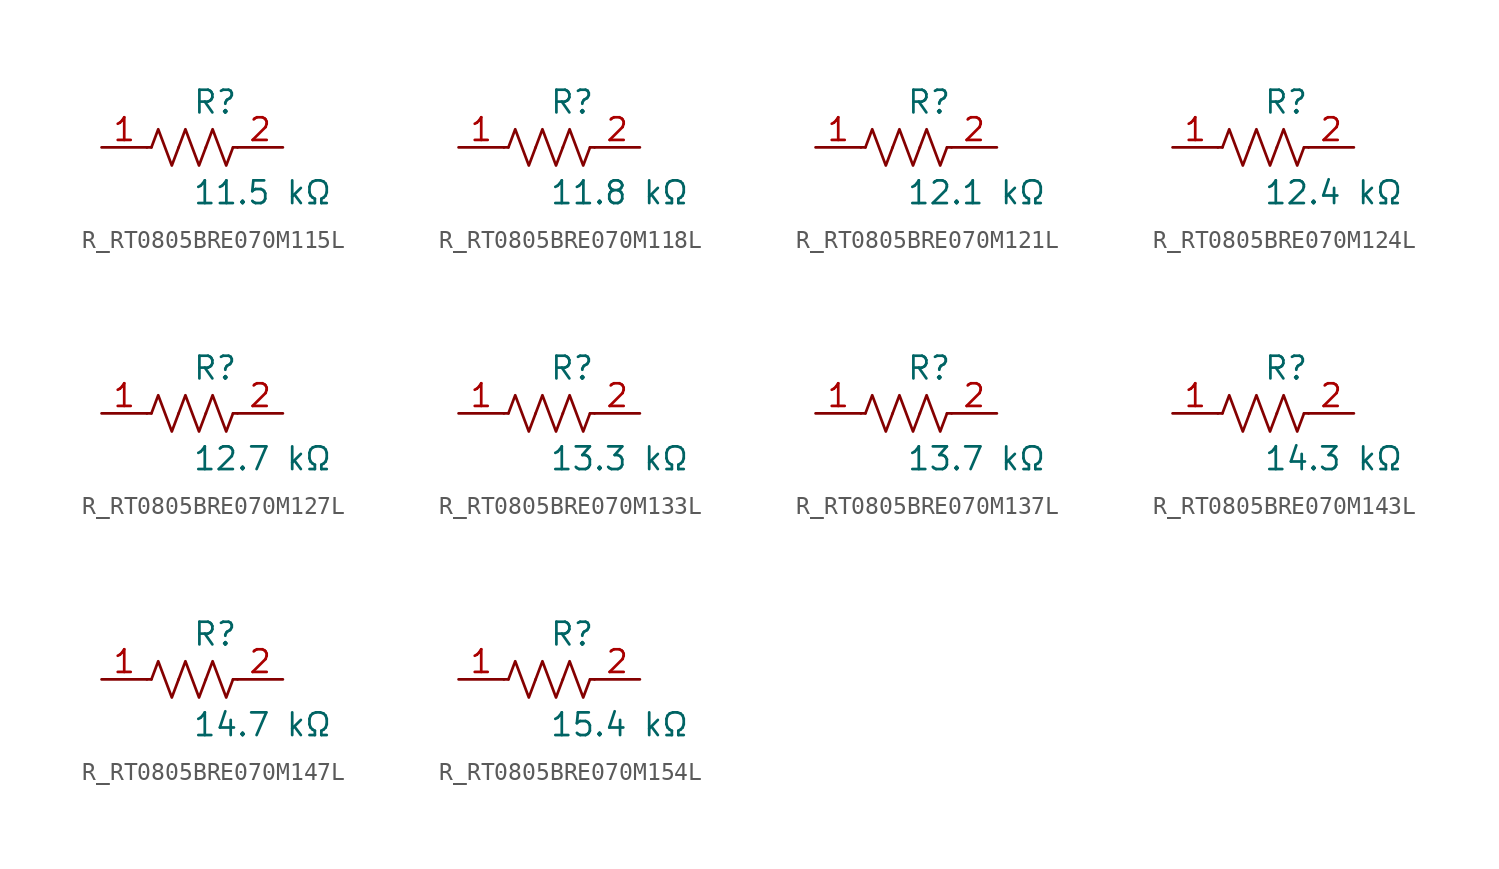
<source format=kicad_sym>
(kicad_symbol_lib
  (version 20231120)
  (generator kicad_symbol_editor)
  (generator_version 8.0)
  (symbol "R_RT0805BRE070M115L"
    (pin_names
      (offset 0.254))
    (property "Reference" "R"
      (at 0.0 2.54 0)
      (effects (font (size 1.27 1.27)) (justify left)))
    (property "Value" "11.5 kΩ"
      (at 0.0 -2.54 0)
      (effects (font (size 1.27 1.27)) (justify left)))
    (symbol "R_RT0805BRE070M115L_0_1"
      (polyline (pts (xy 2.286 0) (xy 2.54 0)) (stroke (width 0) (type default)) (fill (type none)))
      (polyline (pts (xy -2.286 0) (xy -2.54 0)) (stroke (width 0) (type default)) (fill (type none)))
      (polyline (pts (xy 0.762 0) (xy 1.143 1.016) (xy 1.524 0) (xy 1.905 -1.016) (xy 2.286 0)) (stroke (width 0) (type default)) (fill (type none)))
      (polyline (pts (xy -0.762 0) (xy -0.381 1.016) (xy 0 0) (xy 0.381 -1.016) (xy 0.762 0)) (stroke (width 0) (type default)) (fill (type none)))
      (polyline (pts (xy -2.286 0) (xy -1.905 1.016) (xy -1.524 0) (xy -1.143 -1.016) (xy -0.762 0)) (stroke (width 0) (type default)) (fill (type none))))
    (pin unspecified line
      (at -5.08 0 0)
      (length 2.54)
      (name "" (effects (font (size 1.27 1.27))))
      (number "1" (effects (font (size 1.27 1.27)))))
    (pin unspecified line
      (at 5.08 0 180)
      (length 2.54)
      (name "" (effects (font (size 1.27 1.27))))
      (number "2" (effects (font (size 1.27 1.27))))))
  (symbol "R_RT0805BRE070M118L"
    (pin_names
      (offset 0.254))
    (property "Reference" "R"
      (at 0.0 2.54 0)
      (effects (font (size 1.27 1.27)) (justify left)))
    (property "Value" "11.8 kΩ"
      (at 0.0 -2.54 0)
      (effects (font (size 1.27 1.27)) (justify left)))
    (symbol "R_RT0805BRE070M118L_0_1"
      (polyline (pts (xy 2.286 0) (xy 2.54 0)) (stroke (width 0) (type default)) (fill (type none)))
      (polyline (pts (xy -2.286 0) (xy -2.54 0)) (stroke (width 0) (type default)) (fill (type none)))
      (polyline (pts (xy 0.762 0) (xy 1.143 1.016) (xy 1.524 0) (xy 1.905 -1.016) (xy 2.286 0)) (stroke (width 0) (type default)) (fill (type none)))
      (polyline (pts (xy -0.762 0) (xy -0.381 1.016) (xy 0 0) (xy 0.381 -1.016) (xy 0.762 0)) (stroke (width 0) (type default)) (fill (type none)))
      (polyline (pts (xy -2.286 0) (xy -1.905 1.016) (xy -1.524 0) (xy -1.143 -1.016) (xy -0.762 0)) (stroke (width 0) (type default)) (fill (type none))))
    (pin unspecified line
      (at -5.08 0 0)
      (length 2.54)
      (name "" (effects (font (size 1.27 1.27))))
      (number "1" (effects (font (size 1.27 1.27)))))
    (pin unspecified line
      (at 5.08 0 180)
      (length 2.54)
      (name "" (effects (font (size 1.27 1.27))))
      (number "2" (effects (font (size 1.27 1.27))))))
  (symbol "R_RT0805BRE070M121L"
    (pin_names
      (offset 0.254))
    (property "Reference" "R"
      (at 0.0 2.54 0)
      (effects (font (size 1.27 1.27)) (justify left)))
    (property "Value" "12.1 kΩ"
      (at 0.0 -2.54 0)
      (effects (font (size 1.27 1.27)) (justify left)))
    (symbol "R_RT0805BRE070M121L_0_1"
      (polyline (pts (xy 2.286 0) (xy 2.54 0)) (stroke (width 0) (type default)) (fill (type none)))
      (polyline (pts (xy -2.286 0) (xy -2.54 0)) (stroke (width 0) (type default)) (fill (type none)))
      (polyline (pts (xy 0.762 0) (xy 1.143 1.016) (xy 1.524 0) (xy 1.905 -1.016) (xy 2.286 0)) (stroke (width 0) (type default)) (fill (type none)))
      (polyline (pts (xy -0.762 0) (xy -0.381 1.016) (xy 0 0) (xy 0.381 -1.016) (xy 0.762 0)) (stroke (width 0) (type default)) (fill (type none)))
      (polyline (pts (xy -2.286 0) (xy -1.905 1.016) (xy -1.524 0) (xy -1.143 -1.016) (xy -0.762 0)) (stroke (width 0) (type default)) (fill (type none))))
    (pin unspecified line
      (at -5.08 0 0)
      (length 2.54)
      (name "" (effects (font (size 1.27 1.27))))
      (number "1" (effects (font (size 1.27 1.27)))))
    (pin unspecified line
      (at 5.08 0 180)
      (length 2.54)
      (name "" (effects (font (size 1.27 1.27))))
      (number "2" (effects (font (size 1.27 1.27))))))
  (symbol "R_RT0805BRE070M124L"
    (pin_names
      (offset 0.254))
    (property "Reference" "R"
      (at 0.0 2.54 0)
      (effects (font (size 1.27 1.27)) (justify left)))
    (property "Value" "12.4 kΩ"
      (at 0.0 -2.54 0)
      (effects (font (size 1.27 1.27)) (justify left)))
    (symbol "R_RT0805BRE070M124L_0_1"
      (polyline (pts (xy 2.286 0) (xy 2.54 0)) (stroke (width 0) (type default)) (fill (type none)))
      (polyline (pts (xy -2.286 0) (xy -2.54 0)) (stroke (width 0) (type default)) (fill (type none)))
      (polyline (pts (xy 0.762 0) (xy 1.143 1.016) (xy 1.524 0) (xy 1.905 -1.016) (xy 2.286 0)) (stroke (width 0) (type default)) (fill (type none)))
      (polyline (pts (xy -0.762 0) (xy -0.381 1.016) (xy 0 0) (xy 0.381 -1.016) (xy 0.762 0)) (stroke (width 0) (type default)) (fill (type none)))
      (polyline (pts (xy -2.286 0) (xy -1.905 1.016) (xy -1.524 0) (xy -1.143 -1.016) (xy -0.762 0)) (stroke (width 0) (type default)) (fill (type none))))
    (pin unspecified line
      (at -5.08 0 0)
      (length 2.54)
      (name "" (effects (font (size 1.27 1.27))))
      (number "1" (effects (font (size 1.27 1.27)))))
    (pin unspecified line
      (at 5.08 0 180)
      (length 2.54)
      (name "" (effects (font (size 1.27 1.27))))
      (number "2" (effects (font (size 1.27 1.27))))))
  (symbol "R_RT0805BRE070M127L"
    (pin_names
      (offset 0.254))
    (property "Reference" "R"
      (at 0.0 2.54 0)
      (effects (font (size 1.27 1.27)) (justify left)))
    (property "Value" "12.7 kΩ"
      (at 0.0 -2.54 0)
      (effects (font (size 1.27 1.27)) (justify left)))
    (symbol "R_RT0805BRE070M127L_0_1"
      (polyline (pts (xy 2.286 0) (xy 2.54 0)) (stroke (width 0) (type default)) (fill (type none)))
      (polyline (pts (xy -2.286 0) (xy -2.54 0)) (stroke (width 0) (type default)) (fill (type none)))
      (polyline (pts (xy 0.762 0) (xy 1.143 1.016) (xy 1.524 0) (xy 1.905 -1.016) (xy 2.286 0)) (stroke (width 0) (type default)) (fill (type none)))
      (polyline (pts (xy -0.762 0) (xy -0.381 1.016) (xy 0 0) (xy 0.381 -1.016) (xy 0.762 0)) (stroke (width 0) (type default)) (fill (type none)))
      (polyline (pts (xy -2.286 0) (xy -1.905 1.016) (xy -1.524 0) (xy -1.143 -1.016) (xy -0.762 0)) (stroke (width 0) (type default)) (fill (type none))))
    (pin unspecified line
      (at -5.08 0 0)
      (length 2.54)
      (name "" (effects (font (size 1.27 1.27))))
      (number "1" (effects (font (size 1.27 1.27)))))
    (pin unspecified line
      (at 5.08 0 180)
      (length 2.54)
      (name "" (effects (font (size 1.27 1.27))))
      (number "2" (effects (font (size 1.27 1.27))))))
  (symbol "R_RT0805BRE070M133L"
    (pin_names
      (offset 0.254))
    (property "Reference" "R"
      (at 0.0 2.54 0)
      (effects (font (size 1.27 1.27)) (justify left)))
    (property "Value" "13.3 kΩ"
      (at 0.0 -2.54 0)
      (effects (font (size 1.27 1.27)) (justify left)))
    (symbol "R_RT0805BRE070M133L_0_1"
      (polyline (pts (xy 2.286 0) (xy 2.54 0)) (stroke (width 0) (type default)) (fill (type none)))
      (polyline (pts (xy -2.286 0) (xy -2.54 0)) (stroke (width 0) (type default)) (fill (type none)))
      (polyline (pts (xy 0.762 0) (xy 1.143 1.016) (xy 1.524 0) (xy 1.905 -1.016) (xy 2.286 0)) (stroke (width 0) (type default)) (fill (type none)))
      (polyline (pts (xy -0.762 0) (xy -0.381 1.016) (xy 0 0) (xy 0.381 -1.016) (xy 0.762 0)) (stroke (width 0) (type default)) (fill (type none)))
      (polyline (pts (xy -2.286 0) (xy -1.905 1.016) (xy -1.524 0) (xy -1.143 -1.016) (xy -0.762 0)) (stroke (width 0) (type default)) (fill (type none))))
    (pin unspecified line
      (at -5.08 0 0)
      (length 2.54)
      (name "" (effects (font (size 1.27 1.27))))
      (number "1" (effects (font (size 1.27 1.27)))))
    (pin unspecified line
      (at 5.08 0 180)
      (length 2.54)
      (name "" (effects (font (size 1.27 1.27))))
      (number "2" (effects (font (size 1.27 1.27))))))
  (symbol "R_RT0805BRE070M137L"
    (pin_names
      (offset 0.254))
    (property "Reference" "R"
      (at 0.0 2.54 0)
      (effects (font (size 1.27 1.27)) (justify left)))
    (property "Value" "13.7 kΩ"
      (at 0.0 -2.54 0)
      (effects (font (size 1.27 1.27)) (justify left)))
    (symbol "R_RT0805BRE070M137L_0_1"
      (polyline (pts (xy 2.286 0) (xy 2.54 0)) (stroke (width 0) (type default)) (fill (type none)))
      (polyline (pts (xy -2.286 0) (xy -2.54 0)) (stroke (width 0) (type default)) (fill (type none)))
      (polyline (pts (xy 0.762 0) (xy 1.143 1.016) (xy 1.524 0) (xy 1.905 -1.016) (xy 2.286 0)) (stroke (width 0) (type default)) (fill (type none)))
      (polyline (pts (xy -0.762 0) (xy -0.381 1.016) (xy 0 0) (xy 0.381 -1.016) (xy 0.762 0)) (stroke (width 0) (type default)) (fill (type none)))
      (polyline (pts (xy -2.286 0) (xy -1.905 1.016) (xy -1.524 0) (xy -1.143 -1.016) (xy -0.762 0)) (stroke (width 0) (type default)) (fill (type none))))
    (pin unspecified line
      (at -5.08 0 0)
      (length 2.54)
      (name "" (effects (font (size 1.27 1.27))))
      (number "1" (effects (font (size 1.27 1.27)))))
    (pin unspecified line
      (at 5.08 0 180)
      (length 2.54)
      (name "" (effects (font (size 1.27 1.27))))
      (number "2" (effects (font (size 1.27 1.27))))))
  (symbol "R_RT0805BRE070M143L"
    (pin_names
      (offset 0.254))
    (property "Reference" "R"
      (at 0.0 2.54 0)
      (effects (font (size 1.27 1.27)) (justify left)))
    (property "Value" "14.3 kΩ"
      (at 0.0 -2.54 0)
      (effects (font (size 1.27 1.27)) (justify left)))
    (symbol "R_RT0805BRE070M143L_0_1"
      (polyline (pts (xy 2.286 0) (xy 2.54 0)) (stroke (width 0) (type default)) (fill (type none)))
      (polyline (pts (xy -2.286 0) (xy -2.54 0)) (stroke (width 0) (type default)) (fill (type none)))
      (polyline (pts (xy 0.762 0) (xy 1.143 1.016) (xy 1.524 0) (xy 1.905 -1.016) (xy 2.286 0)) (stroke (width 0) (type default)) (fill (type none)))
      (polyline (pts (xy -0.762 0) (xy -0.381 1.016) (xy 0 0) (xy 0.381 -1.016) (xy 0.762 0)) (stroke (width 0) (type default)) (fill (type none)))
      (polyline (pts (xy -2.286 0) (xy -1.905 1.016) (xy -1.524 0) (xy -1.143 -1.016) (xy -0.762 0)) (stroke (width 0) (type default)) (fill (type none))))
    (pin unspecified line
      (at -5.08 0 0)
      (length 2.54)
      (name "" (effects (font (size 1.27 1.27))))
      (number "1" (effects (font (size 1.27 1.27)))))
    (pin unspecified line
      (at 5.08 0 180)
      (length 2.54)
      (name "" (effects (font (size 1.27 1.27))))
      (number "2" (effects (font (size 1.27 1.27))))))
  (symbol "R_RT0805BRE070M147L"
    (pin_names
      (offset 0.254))
    (property "Reference" "R"
      (at 0.0 2.54 0)
      (effects (font (size 1.27 1.27)) (justify left)))
    (property "Value" "14.7 kΩ"
      (at 0.0 -2.54 0)
      (effects (font (size 1.27 1.27)) (justify left)))
    (symbol "R_RT0805BRE070M147L_0_1"
      (polyline (pts (xy 2.286 0) (xy 2.54 0)) (stroke (width 0) (type default)) (fill (type none)))
      (polyline (pts (xy -2.286 0) (xy -2.54 0)) (stroke (width 0) (type default)) (fill (type none)))
      (polyline (pts (xy 0.762 0) (xy 1.143 1.016) (xy 1.524 0) (xy 1.905 -1.016) (xy 2.286 0)) (stroke (width 0) (type default)) (fill (type none)))
      (polyline (pts (xy -0.762 0) (xy -0.381 1.016) (xy 0 0) (xy 0.381 -1.016) (xy 0.762 0)) (stroke (width 0) (type default)) (fill (type none)))
      (polyline (pts (xy -2.286 0) (xy -1.905 1.016) (xy -1.524 0) (xy -1.143 -1.016) (xy -0.762 0)) (stroke (width 0) (type default)) (fill (type none))))
    (pin unspecified line
      (at -5.08 0 0)
      (length 2.54)
      (name "" (effects (font (size 1.27 1.27))))
      (number "1" (effects (font (size 1.27 1.27)))))
    (pin unspecified line
      (at 5.08 0 180)
      (length 2.54)
      (name "" (effects (font (size 1.27 1.27))))
      (number "2" (effects (font (size 1.27 1.27))))))
  (symbol "R_RT0805BRE070M154L"
    (pin_names
      (offset 0.254))
    (property "Reference" "R"
      (at 0.0 2.54 0)
      (effects (font (size 1.27 1.27)) (justify left)))
    (property "Value" "15.4 kΩ"
      (at 0.0 -2.54 0)
      (effects (font (size 1.27 1.27)) (justify left)))
    (symbol "R_RT0805BRE070M154L_0_1"
      (polyline (pts (xy 2.286 0) (xy 2.54 0)) (stroke (width 0) (type default)) (fill (type none)))
      (polyline (pts (xy -2.286 0) (xy -2.54 0)) (stroke (width 0) (type default)) (fill (type none)))
      (polyline (pts (xy 0.762 0) (xy 1.143 1.016) (xy 1.524 0) (xy 1.905 -1.016) (xy 2.286 0)) (stroke (width 0) (type default)) (fill (type none)))
      (polyline (pts (xy -0.762 0) (xy -0.381 1.016) (xy 0 0) (xy 0.381 -1.016) (xy 0.762 0)) (stroke (width 0) (type default)) (fill (type none)))
      (polyline (pts (xy -2.286 0) (xy -1.905 1.016) (xy -1.524 0) (xy -1.143 -1.016) (xy -0.762 0)) (stroke (width 0) (type default)) (fill (type none))))
    (pin unspecified line
      (at -5.08 0 0)
      (length 2.54)
      (name "" (effects (font (size 1.27 1.27))))
      (number "1" (effects (font (size 1.27 1.27)))))
    (pin unspecified line
      (at 5.08 0 180)
      (length 2.54)
      (name "" (effects (font (size 1.27 1.27))))
      (number "2" (effects (font (size 1.27 1.27)))))))
</source>
